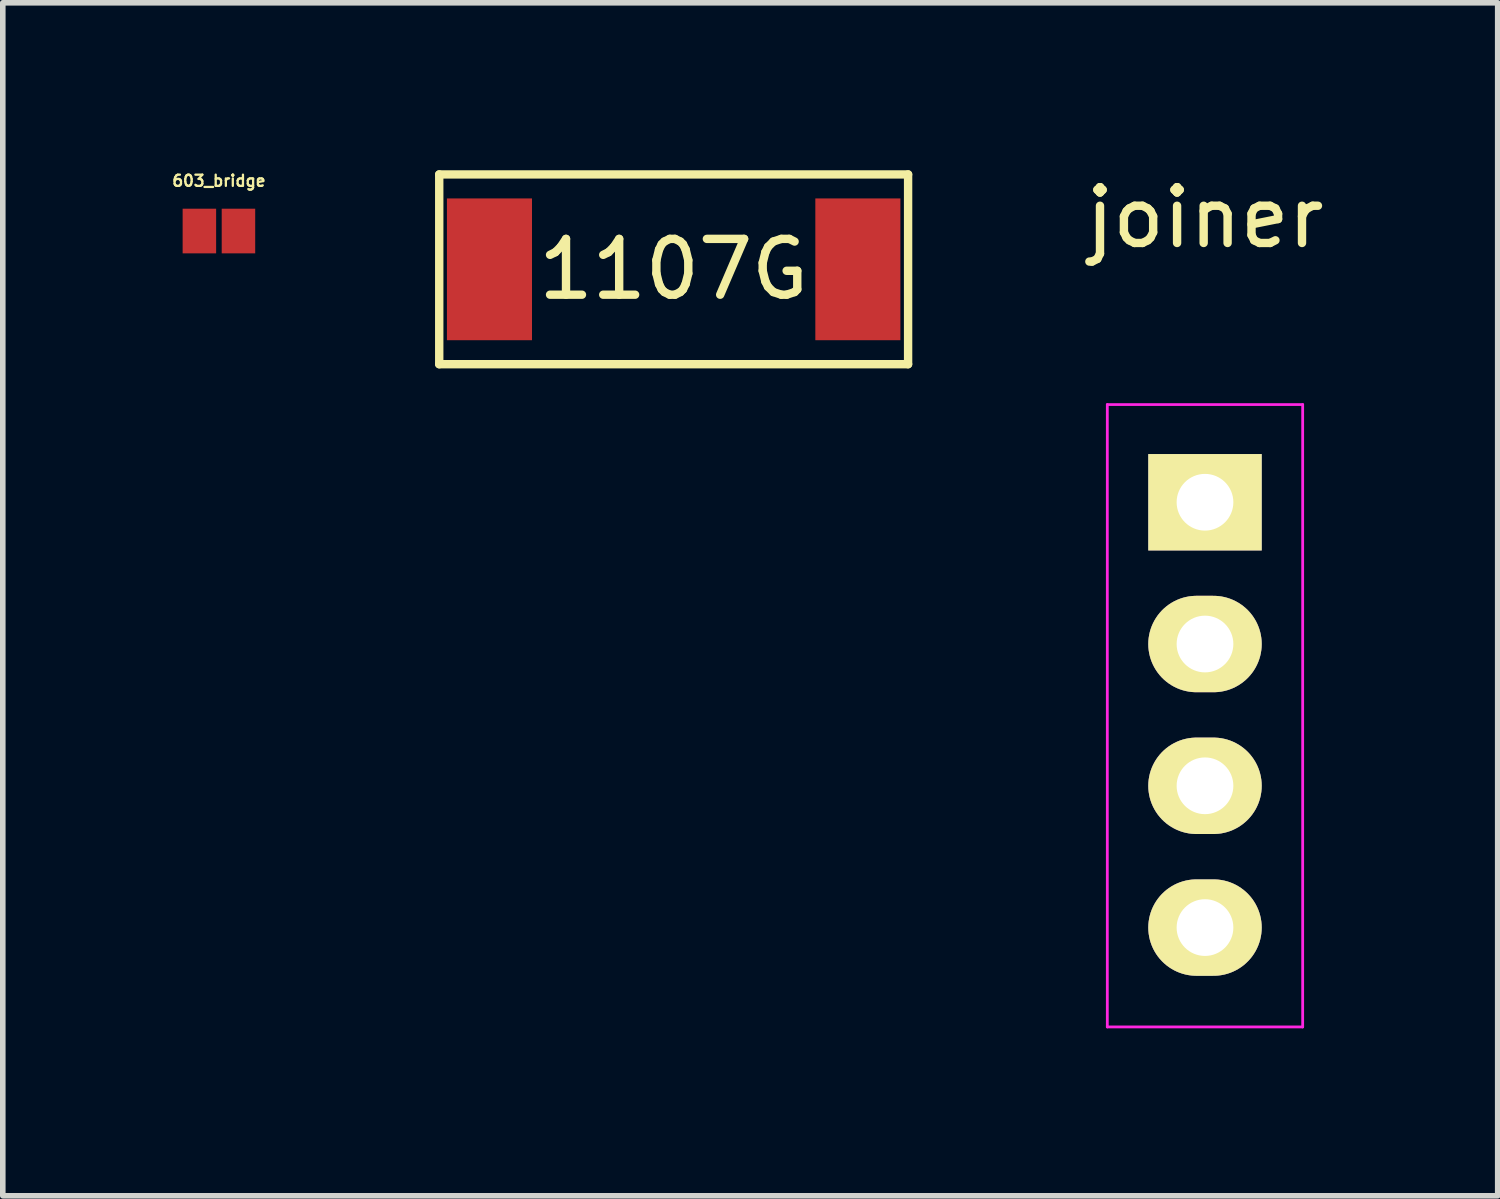
<source format=kicad_pcb>
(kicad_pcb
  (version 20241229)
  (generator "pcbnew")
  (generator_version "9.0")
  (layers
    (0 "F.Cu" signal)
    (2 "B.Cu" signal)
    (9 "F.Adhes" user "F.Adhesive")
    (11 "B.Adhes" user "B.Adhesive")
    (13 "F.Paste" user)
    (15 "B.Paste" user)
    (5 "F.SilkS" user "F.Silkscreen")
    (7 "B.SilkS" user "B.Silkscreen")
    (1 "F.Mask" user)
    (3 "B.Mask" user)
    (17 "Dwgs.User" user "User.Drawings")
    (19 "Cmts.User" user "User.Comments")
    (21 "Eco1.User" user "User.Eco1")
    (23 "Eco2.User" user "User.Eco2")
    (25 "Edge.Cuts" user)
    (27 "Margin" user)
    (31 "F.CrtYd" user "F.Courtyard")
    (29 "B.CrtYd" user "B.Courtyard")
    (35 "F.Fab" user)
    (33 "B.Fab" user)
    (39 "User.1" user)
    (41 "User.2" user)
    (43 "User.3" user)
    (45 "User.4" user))
  (footprint "1107G"
    (layer "F.Cu")
    (at 9.019 1.775)
    (property "Reference" "1107G" (at 0 0 0) (layer "F.SilkS") (effects (font (size 1 1) (thickness 0.15))))
    (attr through_hole)
    (fp_line (start -4.2 -1.7) (end 4.2 -1.7) (stroke (width 0.15) (type solid)) (layer "F.SilkS"))
    (fp_line (start -4.2 1.7) (end -4.2 -1.7) (stroke (width 0.15) (type solid)) (layer "F.SilkS"))
    (fp_line (start 4.2 -1.7) (end 4.2 1.7) (stroke (width 0.15) (type solid)) (layer "F.SilkS"))
    (fp_line (start 4.2 1.7) (end -4.2 1.7) (stroke (width 0.15) (type solid)) (layer "F.SilkS"))
    (pad "1" smd rect (at 3.3 0) (size 1.524 2.54) (layers "F.Cu" "F.Mask" "F.Paste"))
    (pad "2" smd rect (at -3.3 0) (size 1.524 2.54) (layers "F.Cu" "F.Mask" "F.Paste")))
  (footprint "603_bridge"
    (layer "F.Cu")
    (at 0.872 1.089)
    (property "Reference" "603_bridge" (at 0 -0.9 0) (layer "F.SilkS") (effects (font (size 0.201 0.201) (thickness 0.041))))
    (attr through_hole)
    (pad "1" smd rect (at 0.35 0) (size 0.6 0.8) (layers "F.Cu" "F.Mask" "F.Paste"))
    (pad "2" smd rect (at -0.35 0) (size 0.6 0.8) (layers "F.Cu" "F.Mask" "F.Paste")))
  (footprint "joiner"
    (layer "F.Cu")
    (at 18.538 5.948)
    (property "Reference" "joiner" (at 0 -5.1 0) (layer "F.SilkS") (effects (font (size 1 1) (thickness 0.15))))
    (attr through_hole)
    (fp_line (start -1.75 -1.75) (end -1.75 9.4) (stroke (width 0.05) (type solid)) (layer "F.CrtYd"))
    (fp_line (start -1.75 -1.75) (end 1.75 -1.75) (stroke (width 0.05) (type solid)) (layer "F.CrtYd"))
    (fp_line (start -1.75 9.4) (end 1.75 9.4) (stroke (width 0.05) (type solid)) (layer "F.CrtYd"))
    (fp_line (start 1.75 -1.75) (end 1.75 9.4) (stroke (width 0.05) (type solid)) (layer "F.CrtYd"))
    (pad "1" thru_hole rect (at 0 0) (size 2.032 1.727) (drill 1.016) (layers "*.Cu" "*.Mask" "F.SilkS"))
    (pad "2" thru_hole oval (at 0 2.54) (size 2.032 1.727) (drill 1.016) (layers "*.Cu" "*.Mask" "F.SilkS"))
    (pad "3" thru_hole oval (at 0 5.08) (size 2.032 1.727) (drill 1.016) (layers "*.Cu" "*.Mask" "F.SilkS"))
    (pad "4" thru_hole oval (at 0 7.62) (size 2.032 1.727) (drill 1.016) (layers "*.Cu" "*.Mask" "F.SilkS")))
  (gr_rect
    (start -3 -3)
    (end 23.782 18.373)
    (stroke (width 0.1) (type default))
    (fill no)
    (layer "Edge.Cuts")))
</source>
